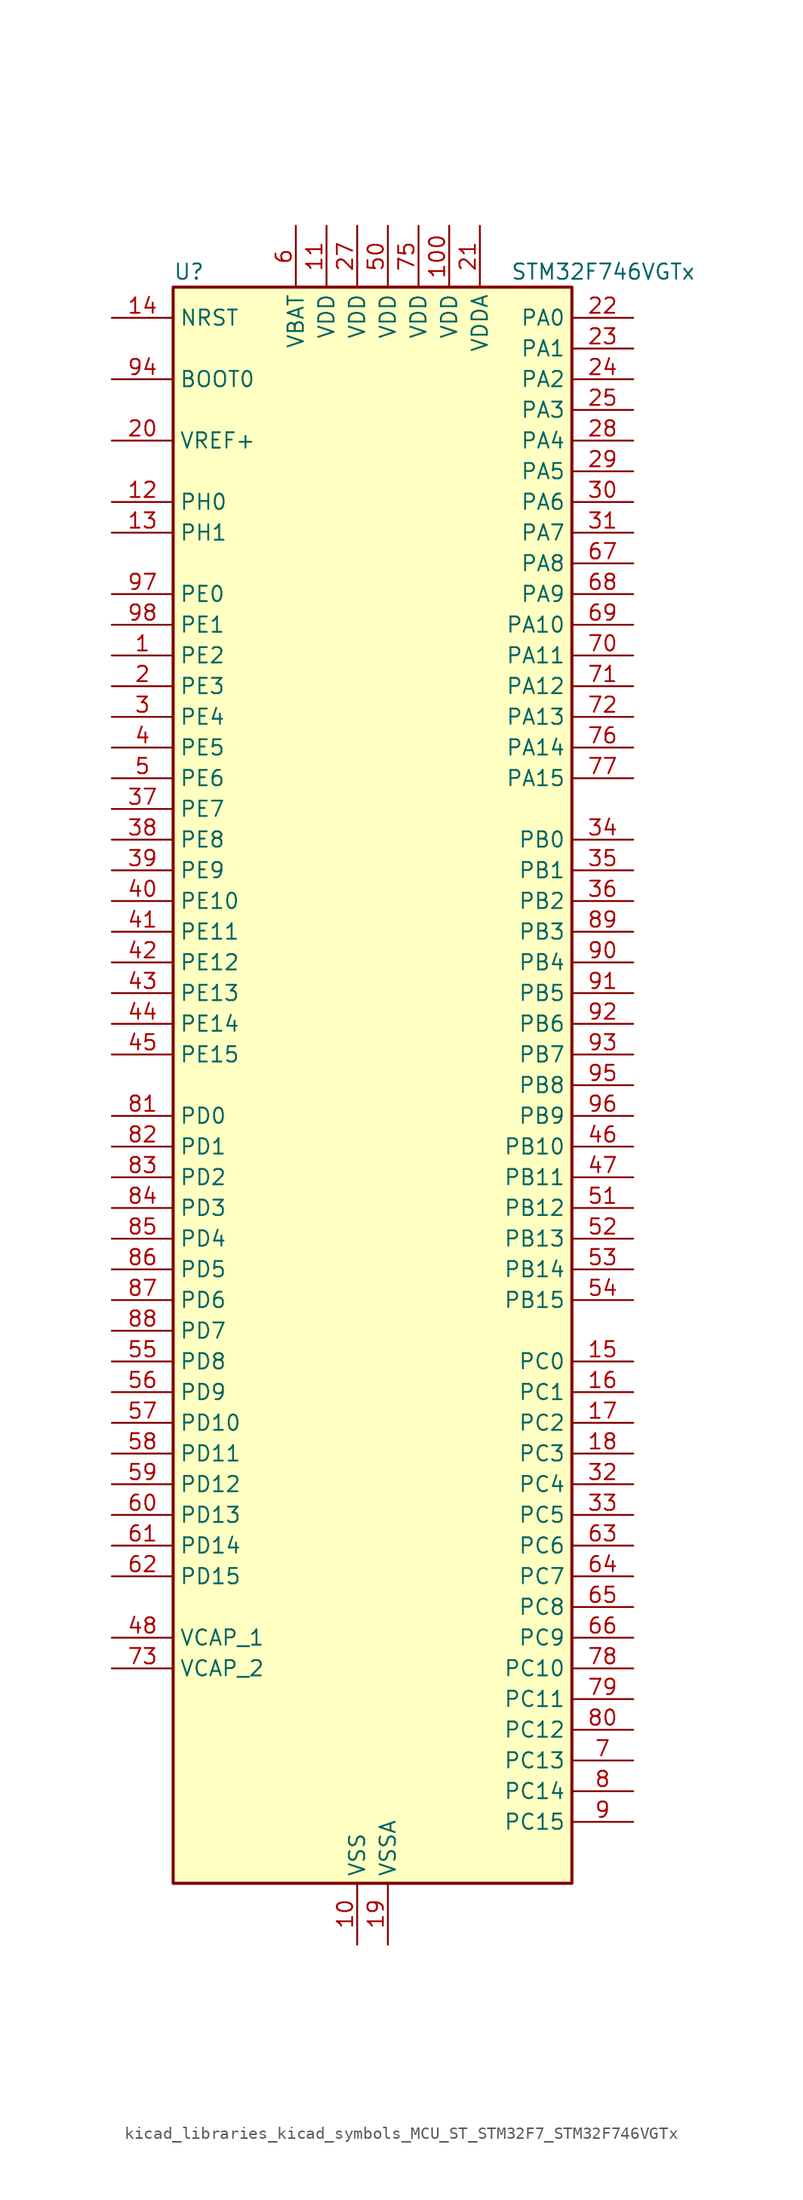
<source format=kicad_sym>
(kicad_symbol_lib
  (version 20220914)
  (generator kicad_symbol_editor)
  (symbol "kicad_libraries_kicad_symbols_MCU_ST_STM32F7_STM32F746VGTx"
    (property "Reference" "U"
      (at -15.24 67.31 0)
      (effects (font (size 1.27 1.27)) (justify left)))
    (property "Value" "STM32F746VGTx"
      (at 12.7 67.31 0)
      (effects (font (size 1.27 1.27)) (justify left)))
    (property "ki_locked" ""
      (at 0 0 0)
      (effects (font (size 1.27 1.27))))
    (symbol "kicad_libraries_kicad_symbols_MCU_ST_STM32F7_STM32F746VGTx_0_1"
      (rectangle (start -15.24 -66.04) (end 17.78 66.04) (stroke (width 0.254) (type default)) (fill (type background))))
    (symbol "kicad_libraries_kicad_symbols_MCU_ST_STM32F7_STM32F746VGTx_1_1"
      (pin bidirectional line (at -20.32 35.56 0) (length 5.08) (name "PE2" (effects (font (size 1.27 1.27)))) (number "1" (effects (font (size 1.27 1.27)))) (alternate "ETH_TXD3" bidirectional line) (alternate "FMC_A23" bidirectional line) (alternate "QUADSPI_BK1_IO2" bidirectional line) (alternate "SAI1_MCLK_A" bidirectional line) (alternate "SPI4_SCK" bidirectional line) (alternate "SYS_TRACECLK" bidirectional line))
      (pin power_in line (at 0 -71.12 90) (length 5.08) (name "VSS" (effects (font (size 1.27 1.27)))) (number "10" (effects (font (size 1.27 1.27)))))
      (pin power_in line (at 7.62 71.12 270) (length 5.08) (name "VDD" (effects (font (size 1.27 1.27)))) (number "100" (effects (font (size 1.27 1.27)))))
      (pin power_in line (at -2.54 71.12 270) (length 5.08) (name "VDD" (effects (font (size 1.27 1.27)))) (number "11" (effects (font (size 1.27 1.27)))))
      (pin bidirectional line (at -20.32 48.26 0) (length 5.08) (name "PH0" (effects (font (size 1.27 1.27)))) (number "12" (effects (font (size 1.27 1.27)))) (alternate "RCC_OSC_IN" bidirectional line))
      (pin bidirectional line (at -20.32 45.72 0) (length 5.08) (name "PH1" (effects (font (size 1.27 1.27)))) (number "13" (effects (font (size 1.27 1.27)))) (alternate "RCC_OSC_OUT" bidirectional line))
      (pin input line (at -20.32 63.5 0) (length 5.08) (name "NRST" (effects (font (size 1.27 1.27)))) (number "14" (effects (font (size 1.27 1.27)))))
      (pin bidirectional line (at 22.86 -22.86 180) (length 5.08) (name "PC0" (effects (font (size 1.27 1.27)))) (number "15" (effects (font (size 1.27 1.27)))) (alternate "ADC1_IN10" bidirectional line) (alternate "ADC2_IN10" bidirectional line) (alternate "ADC3_IN10" bidirectional line) (alternate "FMC_SDNWE" bidirectional line) (alternate "LTDC_R5" bidirectional line) (alternate "SAI2_FS_B" bidirectional line) (alternate "USB_OTG_HS_ULPI_STP" bidirectional line))
      (pin bidirectional line (at 22.86 -25.4 180) (length 5.08) (name "PC1" (effects (font (size 1.27 1.27)))) (number "16" (effects (font (size 1.27 1.27)))) (alternate "ADC1_IN11" bidirectional line) (alternate "ADC2_IN11" bidirectional line) (alternate "ADC3_IN11" bidirectional line) (alternate "ETH_MDC" bidirectional line) (alternate "I2S2_SD" bidirectional line) (alternate "RTC_TAMP3" bidirectional line) (alternate "RTC_TS" bidirectional line) (alternate "SAI1_SD_A" bidirectional line) (alternate "SPI2_MOSI" bidirectional line) (alternate "SYS_TRACED0" bidirectional line) (alternate "SYS_WKUP3" bidirectional line))
      (pin bidirectional line (at 22.86 -27.94 180) (length 5.08) (name "PC2" (effects (font (size 1.27 1.27)))) (number "17" (effects (font (size 1.27 1.27)))) (alternate "ADC1_IN12" bidirectional line) (alternate "ADC2_IN12" bidirectional line) (alternate "ADC3_IN12" bidirectional line) (alternate "ETH_TXD2" bidirectional line) (alternate "FMC_SDNE0" bidirectional line) (alternate "SPI2_MISO" bidirectional line) (alternate "USB_OTG_HS_ULPI_DIR" bidirectional line))
      (pin bidirectional line (at 22.86 -30.48 180) (length 5.08) (name "PC3" (effects (font (size 1.27 1.27)))) (number "18" (effects (font (size 1.27 1.27)))) (alternate "ADC1_IN13" bidirectional line) (alternate "ADC2_IN13" bidirectional line) (alternate "ADC3_IN13" bidirectional line) (alternate "ETH_TX_CLK" bidirectional line) (alternate "FMC_SDCKE0" bidirectional line) (alternate "I2S2_SD" bidirectional line) (alternate "SPI2_MOSI" bidirectional line) (alternate "USB_OTG_HS_ULPI_NXT" bidirectional line))
      (pin power_in line (at 2.54 -71.12 90) (length 5.08) (name "VSSA" (effects (font (size 1.27 1.27)))) (number "19" (effects (font (size 1.27 1.27)))))
      (pin bidirectional line (at -20.32 33.02 0) (length 5.08) (name "PE3" (effects (font (size 1.27 1.27)))) (number "2" (effects (font (size 1.27 1.27)))) (alternate "FMC_A19" bidirectional line) (alternate "SAI1_SD_B" bidirectional line) (alternate "SYS_TRACED0" bidirectional line))
      (pin input line (at -20.32 53.34 0) (length 5.08) (name "VREF+" (effects (font (size 1.27 1.27)))) (number "20" (effects (font (size 1.27 1.27)))))
      (pin power_in line (at 10.16 71.12 270) (length 5.08) (name "VDDA" (effects (font (size 1.27 1.27)))) (number "21" (effects (font (size 1.27 1.27)))))
      (pin bidirectional line (at 22.86 63.5 180) (length 5.08) (name "PA0" (effects (font (size 1.27 1.27)))) (number "22" (effects (font (size 1.27 1.27)))) (alternate "ADC1_IN0" bidirectional line) (alternate "ADC2_IN0" bidirectional line) (alternate "ADC3_IN0" bidirectional line) (alternate "ETH_CRS" bidirectional line) (alternate "SAI2_SD_B" bidirectional line) (alternate "SYS_WKUP1" bidirectional line) (alternate "TIM2_CH1" bidirectional line) (alternate "TIM2_ETR" bidirectional line) (alternate "TIM5_CH1" bidirectional line) (alternate "TIM8_ETR" bidirectional line) (alternate "UART4_TX" bidirectional line) (alternate "USART2_CTS" bidirectional line))
      (pin bidirectional line (at 22.86 60.96 180) (length 5.08) (name "PA1" (effects (font (size 1.27 1.27)))) (number "23" (effects (font (size 1.27 1.27)))) (alternate "ADC1_IN1" bidirectional line) (alternate "ADC2_IN1" bidirectional line) (alternate "ADC3_IN1" bidirectional line) (alternate "ETH_REF_CLK" bidirectional line) (alternate "ETH_RX_CLK" bidirectional line) (alternate "LTDC_R2" bidirectional line) (alternate "QUADSPI_BK1_IO3" bidirectional line) (alternate "SAI2_MCLK_B" bidirectional line) (alternate "TIM2_CH2" bidirectional line) (alternate "TIM5_CH2" bidirectional line) (alternate "UART4_RX" bidirectional line) (alternate "USART2_DE" bidirectional line) (alternate "USART2_RTS" bidirectional line))
      (pin bidirectional line (at 22.86 58.42 180) (length 5.08) (name "PA2" (effects (font (size 1.27 1.27)))) (number "24" (effects (font (size 1.27 1.27)))) (alternate "ADC1_IN2" bidirectional line) (alternate "ADC2_IN2" bidirectional line) (alternate "ADC3_IN2" bidirectional line) (alternate "ETH_MDIO" bidirectional line) (alternate "LTDC_R1" bidirectional line) (alternate "SAI2_SCK_B" bidirectional line) (alternate "SYS_WKUP2" bidirectional line) (alternate "TIM2_CH3" bidirectional line) (alternate "TIM5_CH3" bidirectional line) (alternate "TIM9_CH1" bidirectional line) (alternate "USART2_TX" bidirectional line))
      (pin bidirectional line (at 22.86 55.88 180) (length 5.08) (name "PA3" (effects (font (size 1.27 1.27)))) (number "25" (effects (font (size 1.27 1.27)))) (alternate "ADC1_IN3" bidirectional line) (alternate "ADC2_IN3" bidirectional line) (alternate "ADC3_IN3" bidirectional line) (alternate "ETH_COL" bidirectional line) (alternate "LTDC_B5" bidirectional line) (alternate "TIM2_CH4" bidirectional line) (alternate "TIM5_CH4" bidirectional line) (alternate "TIM9_CH2" bidirectional line) (alternate "USART2_RX" bidirectional line) (alternate "USB_OTG_HS_ULPI_D0" bidirectional line))
      (pin passive line (at 0 -71.12 90) (length 5.08) hide (name "VSS" (effects (font (size 1.27 1.27)))) (number "26" (effects (font (size 1.27 1.27)))))
      (pin power_in line (at 0 71.12 270) (length 5.08) (name "VDD" (effects (font (size 1.27 1.27)))) (number "27" (effects (font (size 1.27 1.27)))))
      (pin bidirectional line (at 22.86 53.34 180) (length 5.08) (name "PA4" (effects (font (size 1.27 1.27)))) (number "28" (effects (font (size 1.27 1.27)))) (alternate "ADC1_IN4" bidirectional line) (alternate "ADC2_IN4" bidirectional line) (alternate "DAC_OUT1" bidirectional line) (alternate "DCMI_HSYNC" bidirectional line) (alternate "I2S1_WS" bidirectional line) (alternate "I2S3_WS" bidirectional line) (alternate "LTDC_VSYNC" bidirectional line) (alternate "SPI1_NSS" bidirectional line) (alternate "SPI3_NSS" bidirectional line) (alternate "USART2_CK" bidirectional line) (alternate "USB_OTG_HS_SOF" bidirectional line))
      (pin bidirectional line (at 22.86 50.8 180) (length 5.08) (name "PA5" (effects (font (size 1.27 1.27)))) (number "29" (effects (font (size 1.27 1.27)))) (alternate "ADC1_IN5" bidirectional line) (alternate "ADC2_IN5" bidirectional line) (alternate "DAC_OUT2" bidirectional line) (alternate "I2S1_CK" bidirectional line) (alternate "LTDC_R4" bidirectional line) (alternate "SPI1_SCK" bidirectional line) (alternate "TIM2_CH1" bidirectional line) (alternate "TIM2_ETR" bidirectional line) (alternate "TIM8_CH1N" bidirectional line) (alternate "USB_OTG_HS_ULPI_CK" bidirectional line))
      (pin bidirectional line (at -20.32 30.48 0) (length 5.08) (name "PE4" (effects (font (size 1.27 1.27)))) (number "3" (effects (font (size 1.27 1.27)))) (alternate "DCMI_D4" bidirectional line) (alternate "FMC_A20" bidirectional line) (alternate "LTDC_B0" bidirectional line) (alternate "SAI1_FS_A" bidirectional line) (alternate "SPI4_NSS" bidirectional line) (alternate "SYS_TRACED1" bidirectional line))
      (pin bidirectional line (at 22.86 48.26 180) (length 5.08) (name "PA6" (effects (font (size 1.27 1.27)))) (number "30" (effects (font (size 1.27 1.27)))) (alternate "ADC1_IN6" bidirectional line) (alternate "ADC2_IN6" bidirectional line) (alternate "DCMI_PIXCLK" bidirectional line) (alternate "LTDC_G2" bidirectional line) (alternate "SPI1_MISO" bidirectional line) (alternate "TIM13_CH1" bidirectional line) (alternate "TIM1_BKIN" bidirectional line) (alternate "TIM3_CH1" bidirectional line) (alternate "TIM8_BKIN" bidirectional line))
      (pin bidirectional line (at 22.86 45.72 180) (length 5.08) (name "PA7" (effects (font (size 1.27 1.27)))) (number "31" (effects (font (size 1.27 1.27)))) (alternate "ADC1_IN7" bidirectional line) (alternate "ADC2_IN7" bidirectional line) (alternate "ETH_CRS_DV" bidirectional line) (alternate "ETH_RX_DV" bidirectional line) (alternate "FMC_SDNWE" bidirectional line) (alternate "I2S1_SD" bidirectional line) (alternate "SPI1_MOSI" bidirectional line) (alternate "TIM14_CH1" bidirectional line) (alternate "TIM1_CH1N" bidirectional line) (alternate "TIM3_CH2" bidirectional line) (alternate "TIM8_CH1N" bidirectional line))
      (pin bidirectional line (at 22.86 -33.02 180) (length 5.08) (name "PC4" (effects (font (size 1.27 1.27)))) (number "32" (effects (font (size 1.27 1.27)))) (alternate "ADC1_IN14" bidirectional line) (alternate "ADC2_IN14" bidirectional line) (alternate "ETH_RXD0" bidirectional line) (alternate "FMC_SDNE0" bidirectional line) (alternate "I2S1_MCK" bidirectional line) (alternate "SPDIFRX_IN2" bidirectional line))
      (pin bidirectional line (at 22.86 -35.56 180) (length 5.08) (name "PC5" (effects (font (size 1.27 1.27)))) (number "33" (effects (font (size 1.27 1.27)))) (alternate "ADC1_IN15" bidirectional line) (alternate "ADC2_IN15" bidirectional line) (alternate "ETH_RXD1" bidirectional line) (alternate "FMC_SDCKE0" bidirectional line) (alternate "SPDIFRX_IN3" bidirectional line))
      (pin bidirectional line (at 22.86 20.32 180) (length 5.08) (name "PB0" (effects (font (size 1.27 1.27)))) (number "34" (effects (font (size 1.27 1.27)))) (alternate "ADC1_IN8" bidirectional line) (alternate "ADC2_IN8" bidirectional line) (alternate "ETH_RXD2" bidirectional line) (alternate "LTDC_R3" bidirectional line) (alternate "TIM1_CH2N" bidirectional line) (alternate "TIM3_CH3" bidirectional line) (alternate "TIM8_CH2N" bidirectional line) (alternate "UART4_CTS" bidirectional line) (alternate "USB_OTG_HS_ULPI_D1" bidirectional line))
      (pin bidirectional line (at 22.86 17.78 180) (length 5.08) (name "PB1" (effects (font (size 1.27 1.27)))) (number "35" (effects (font (size 1.27 1.27)))) (alternate "ADC1_IN9" bidirectional line) (alternate "ADC2_IN9" bidirectional line) (alternate "ETH_RXD3" bidirectional line) (alternate "LTDC_R6" bidirectional line) (alternate "TIM1_CH3N" bidirectional line) (alternate "TIM3_CH4" bidirectional line) (alternate "TIM8_CH3N" bidirectional line) (alternate "USB_OTG_HS_ULPI_D2" bidirectional line))
      (pin bidirectional line (at 22.86 15.24 180) (length 5.08) (name "PB2" (effects (font (size 1.27 1.27)))) (number "36" (effects (font (size 1.27 1.27)))) (alternate "I2S3_SD" bidirectional line) (alternate "QUADSPI_CLK" bidirectional line) (alternate "SAI1_SD_A" bidirectional line) (alternate "SPI3_MOSI" bidirectional line))
      (pin bidirectional line (at -20.32 22.86 0) (length 5.08) (name "PE7" (effects (font (size 1.27 1.27)))) (number "37" (effects (font (size 1.27 1.27)))) (alternate "FMC_D4" bidirectional line) (alternate "FMC_DA4" bidirectional line) (alternate "QUADSPI_BK2_IO0" bidirectional line) (alternate "TIM1_ETR" bidirectional line) (alternate "UART7_RX" bidirectional line))
      (pin bidirectional line (at -20.32 20.32 0) (length 5.08) (name "PE8" (effects (font (size 1.27 1.27)))) (number "38" (effects (font (size 1.27 1.27)))) (alternate "FMC_D5" bidirectional line) (alternate "FMC_DA5" bidirectional line) (alternate "QUADSPI_BK2_IO1" bidirectional line) (alternate "TIM1_CH1N" bidirectional line) (alternate "UART7_TX" bidirectional line))
      (pin bidirectional line (at -20.32 17.78 0) (length 5.08) (name "PE9" (effects (font (size 1.27 1.27)))) (number "39" (effects (font (size 1.27 1.27)))) (alternate "DAC_EXTI9" bidirectional line) (alternate "FMC_D6" bidirectional line) (alternate "FMC_DA6" bidirectional line) (alternate "QUADSPI_BK2_IO2" bidirectional line) (alternate "TIM1_CH1" bidirectional line) (alternate "UART7_DE" bidirectional line) (alternate "UART7_RTS" bidirectional line))
      (pin bidirectional line (at -20.32 27.94 0) (length 5.08) (name "PE5" (effects (font (size 1.27 1.27)))) (number "4" (effects (font (size 1.27 1.27)))) (alternate "DCMI_D6" bidirectional line) (alternate "FMC_A21" bidirectional line) (alternate "LTDC_G0" bidirectional line) (alternate "SAI1_SCK_A" bidirectional line) (alternate "SPI4_MISO" bidirectional line) (alternate "SYS_TRACED2" bidirectional line) (alternate "TIM9_CH1" bidirectional line))
      (pin bidirectional line (at -20.32 15.24 0) (length 5.08) (name "PE10" (effects (font (size 1.27 1.27)))) (number "40" (effects (font (size 1.27 1.27)))) (alternate "FMC_D7" bidirectional line) (alternate "FMC_DA7" bidirectional line) (alternate "QUADSPI_BK2_IO3" bidirectional line) (alternate "TIM1_CH2N" bidirectional line) (alternate "UART7_CTS" bidirectional line))
      (pin bidirectional line (at -20.32 12.7 0) (length 5.08) (name "PE11" (effects (font (size 1.27 1.27)))) (number "41" (effects (font (size 1.27 1.27)))) (alternate "ADC1_EXTI11" bidirectional line) (alternate "ADC2_EXTI11" bidirectional line) (alternate "ADC3_EXTI11" bidirectional line) (alternate "FMC_D8" bidirectional line) (alternate "FMC_DA8" bidirectional line) (alternate "LTDC_G3" bidirectional line) (alternate "SAI2_SD_B" bidirectional line) (alternate "SPI4_NSS" bidirectional line) (alternate "TIM1_CH2" bidirectional line))
      (pin bidirectional line (at -20.32 10.16 0) (length 5.08) (name "PE12" (effects (font (size 1.27 1.27)))) (number "42" (effects (font (size 1.27 1.27)))) (alternate "FMC_D9" bidirectional line) (alternate "FMC_DA9" bidirectional line) (alternate "LTDC_B4" bidirectional line) (alternate "SAI2_SCK_B" bidirectional line) (alternate "SPI4_SCK" bidirectional line) (alternate "TIM1_CH3N" bidirectional line))
      (pin bidirectional line (at -20.32 7.62 0) (length 5.08) (name "PE13" (effects (font (size 1.27 1.27)))) (number "43" (effects (font (size 1.27 1.27)))) (alternate "FMC_D10" bidirectional line) (alternate "FMC_DA10" bidirectional line) (alternate "LTDC_DE" bidirectional line) (alternate "SAI2_FS_B" bidirectional line) (alternate "SPI4_MISO" bidirectional line) (alternate "TIM1_CH3" bidirectional line))
      (pin bidirectional line (at -20.32 5.08 0) (length 5.08) (name "PE14" (effects (font (size 1.27 1.27)))) (number "44" (effects (font (size 1.27 1.27)))) (alternate "FMC_D11" bidirectional line) (alternate "FMC_DA11" bidirectional line) (alternate "LTDC_CLK" bidirectional line) (alternate "SAI2_MCLK_B" bidirectional line) (alternate "SPI4_MOSI" bidirectional line) (alternate "TIM1_CH4" bidirectional line))
      (pin bidirectional line (at -20.32 2.54 0) (length 5.08) (name "PE15" (effects (font (size 1.27 1.27)))) (number "45" (effects (font (size 1.27 1.27)))) (alternate "FMC_D12" bidirectional line) (alternate "FMC_DA12" bidirectional line) (alternate "LTDC_R7" bidirectional line) (alternate "TIM1_BKIN" bidirectional line))
      (pin bidirectional line (at 22.86 -5.08 180) (length 5.08) (name "PB10" (effects (font (size 1.27 1.27)))) (number "46" (effects (font (size 1.27 1.27)))) (alternate "ETH_RX_ER" bidirectional line) (alternate "I2C2_SCL" bidirectional line) (alternate "I2S2_CK" bidirectional line) (alternate "LTDC_G4" bidirectional line) (alternate "SPI2_SCK" bidirectional line) (alternate "TIM2_CH3" bidirectional line) (alternate "USART3_TX" bidirectional line) (alternate "USB_OTG_HS_ULPI_D3" bidirectional line))
      (pin bidirectional line (at 22.86 -7.62 180) (length 5.08) (name "PB11" (effects (font (size 1.27 1.27)))) (number "47" (effects (font (size 1.27 1.27)))) (alternate "ADC1_EXTI11" bidirectional line) (alternate "ADC2_EXTI11" bidirectional line) (alternate "ADC3_EXTI11" bidirectional line) (alternate "ETH_TX_EN" bidirectional line) (alternate "I2C2_SDA" bidirectional line) (alternate "LTDC_G5" bidirectional line) (alternate "TIM2_CH4" bidirectional line) (alternate "USART3_RX" bidirectional line) (alternate "USB_OTG_HS_ULPI_D4" bidirectional line))
      (pin power_out line (at -20.32 -45.72 0) (length 5.08) (name "VCAP_1" (effects (font (size 1.27 1.27)))) (number "48" (effects (font (size 1.27 1.27)))))
      (pin passive line (at 0 -71.12 90) (length 5.08) hide (name "VSS" (effects (font (size 1.27 1.27)))) (number "49" (effects (font (size 1.27 1.27)))))
      (pin bidirectional line (at -20.32 25.4 0) (length 5.08) (name "PE6" (effects (font (size 1.27 1.27)))) (number "5" (effects (font (size 1.27 1.27)))) (alternate "DCMI_D7" bidirectional line) (alternate "FMC_A22" bidirectional line) (alternate "LTDC_G1" bidirectional line) (alternate "SAI1_SD_A" bidirectional line) (alternate "SAI2_MCLK_B" bidirectional line) (alternate "SPI4_MOSI" bidirectional line) (alternate "SYS_TRACED3" bidirectional line) (alternate "TIM1_BKIN2" bidirectional line) (alternate "TIM9_CH2" bidirectional line))
      (pin power_in line (at 2.54 71.12 270) (length 5.08) (name "VDD" (effects (font (size 1.27 1.27)))) (number "50" (effects (font (size 1.27 1.27)))))
      (pin bidirectional line (at 22.86 -10.16 180) (length 5.08) (name "PB12" (effects (font (size 1.27 1.27)))) (number "51" (effects (font (size 1.27 1.27)))) (alternate "CAN2_RX" bidirectional line) (alternate "ETH_TXD0" bidirectional line) (alternate "I2C2_SMBA" bidirectional line) (alternate "I2S2_WS" bidirectional line) (alternate "SPI2_NSS" bidirectional line) (alternate "TIM1_BKIN" bidirectional line) (alternate "USART3_CK" bidirectional line) (alternate "USB_OTG_HS_ID" bidirectional line) (alternate "USB_OTG_HS_ULPI_D5" bidirectional line))
      (pin bidirectional line (at 22.86 -12.7 180) (length 5.08) (name "PB13" (effects (font (size 1.27 1.27)))) (number "52" (effects (font (size 1.27 1.27)))) (alternate "CAN2_TX" bidirectional line) (alternate "ETH_TXD1" bidirectional line) (alternate "I2S2_CK" bidirectional line) (alternate "SPI2_SCK" bidirectional line) (alternate "TIM1_CH1N" bidirectional line) (alternate "USART3_CTS" bidirectional line) (alternate "USB_OTG_HS_ULPI_D6" bidirectional line) (alternate "USB_OTG_HS_VBUS" bidirectional line))
      (pin bidirectional line (at 22.86 -15.24 180) (length 5.08) (name "PB14" (effects (font (size 1.27 1.27)))) (number "53" (effects (font (size 1.27 1.27)))) (alternate "SPI2_MISO" bidirectional line) (alternate "TIM12_CH1" bidirectional line) (alternate "TIM1_CH2N" bidirectional line) (alternate "TIM8_CH2N" bidirectional line) (alternate "USART3_DE" bidirectional line) (alternate "USART3_RTS" bidirectional line) (alternate "USB_OTG_HS_DM" bidirectional line))
      (pin bidirectional line (at 22.86 -17.78 180) (length 5.08) (name "PB15" (effects (font (size 1.27 1.27)))) (number "54" (effects (font (size 1.27 1.27)))) (alternate "I2S2_SD" bidirectional line) (alternate "RTC_REFIN" bidirectional line) (alternate "SPI2_MOSI" bidirectional line) (alternate "TIM12_CH2" bidirectional line) (alternate "TIM1_CH3N" bidirectional line) (alternate "TIM8_CH3N" bidirectional line) (alternate "USB_OTG_HS_DP" bidirectional line))
      (pin bidirectional line (at -20.32 -22.86 0) (length 5.08) (name "PD8" (effects (font (size 1.27 1.27)))) (number "55" (effects (font (size 1.27 1.27)))) (alternate "FMC_D13" bidirectional line) (alternate "FMC_DA13" bidirectional line) (alternate "SPDIFRX_IN1" bidirectional line) (alternate "USART3_TX" bidirectional line))
      (pin bidirectional line (at -20.32 -25.4 0) (length 5.08) (name "PD9" (effects (font (size 1.27 1.27)))) (number "56" (effects (font (size 1.27 1.27)))) (alternate "DAC_EXTI9" bidirectional line) (alternate "FMC_D14" bidirectional line) (alternate "FMC_DA14" bidirectional line) (alternate "USART3_RX" bidirectional line))
      (pin bidirectional line (at -20.32 -27.94 0) (length 5.08) (name "PD10" (effects (font (size 1.27 1.27)))) (number "57" (effects (font (size 1.27 1.27)))) (alternate "FMC_D15" bidirectional line) (alternate "FMC_DA15" bidirectional line) (alternate "LTDC_B3" bidirectional line) (alternate "USART3_CK" bidirectional line))
      (pin bidirectional line (at -20.32 -30.48 0) (length 5.08) (name "PD11" (effects (font (size 1.27 1.27)))) (number "58" (effects (font (size 1.27 1.27)))) (alternate "ADC1_EXTI11" bidirectional line) (alternate "ADC2_EXTI11" bidirectional line) (alternate "ADC3_EXTI11" bidirectional line) (alternate "FMC_A16" bidirectional line) (alternate "FMC_CLE" bidirectional line) (alternate "I2C4_SMBA" bidirectional line) (alternate "QUADSPI_BK1_IO0" bidirectional line) (alternate "SAI2_SD_A" bidirectional line) (alternate "USART3_CTS" bidirectional line))
      (pin bidirectional line (at -20.32 -33.02 0) (length 5.08) (name "PD12" (effects (font (size 1.27 1.27)))) (number "59" (effects (font (size 1.27 1.27)))) (alternate "FMC_A17" bidirectional line) (alternate "FMC_ALE" bidirectional line) (alternate "I2C4_SCL" bidirectional line) (alternate "LPTIM1_IN1" bidirectional line) (alternate "QUADSPI_BK1_IO1" bidirectional line) (alternate "SAI2_FS_A" bidirectional line) (alternate "TIM4_CH1" bidirectional line) (alternate "USART3_DE" bidirectional line) (alternate "USART3_RTS" bidirectional line))
      (pin power_in line (at -5.08 71.12 270) (length 5.08) (name "VBAT" (effects (font (size 1.27 1.27)))) (number "6" (effects (font (size 1.27 1.27)))))
      (pin bidirectional line (at -20.32 -35.56 0) (length 5.08) (name "PD13" (effects (font (size 1.27 1.27)))) (number "60" (effects (font (size 1.27 1.27)))) (alternate "FMC_A18" bidirectional line) (alternate "I2C4_SDA" bidirectional line) (alternate "LPTIM1_OUT" bidirectional line) (alternate "QUADSPI_BK1_IO3" bidirectional line) (alternate "SAI2_SCK_A" bidirectional line) (alternate "TIM4_CH2" bidirectional line))
      (pin bidirectional line (at -20.32 -38.1 0) (length 5.08) (name "PD14" (effects (font (size 1.27 1.27)))) (number "61" (effects (font (size 1.27 1.27)))) (alternate "FMC_D0" bidirectional line) (alternate "FMC_DA0" bidirectional line) (alternate "TIM4_CH3" bidirectional line) (alternate "UART8_CTS" bidirectional line))
      (pin bidirectional line (at -20.32 -40.64 0) (length 5.08) (name "PD15" (effects (font (size 1.27 1.27)))) (number "62" (effects (font (size 1.27 1.27)))) (alternate "FMC_D1" bidirectional line) (alternate "FMC_DA1" bidirectional line) (alternate "TIM4_CH4" bidirectional line) (alternate "UART8_DE" bidirectional line) (alternate "UART8_RTS" bidirectional line))
      (pin bidirectional line (at 22.86 -38.1 180) (length 5.08) (name "PC6" (effects (font (size 1.27 1.27)))) (number "63" (effects (font (size 1.27 1.27)))) (alternate "DCMI_D0" bidirectional line) (alternate "I2S2_MCK" bidirectional line) (alternate "LTDC_HSYNC" bidirectional line) (alternate "SDMMC1_D6" bidirectional line) (alternate "TIM3_CH1" bidirectional line) (alternate "TIM8_CH1" bidirectional line) (alternate "USART6_TX" bidirectional line))
      (pin bidirectional line (at 22.86 -40.64 180) (length 5.08) (name "PC7" (effects (font (size 1.27 1.27)))) (number "64" (effects (font (size 1.27 1.27)))) (alternate "DCMI_D1" bidirectional line) (alternate "I2S3_MCK" bidirectional line) (alternate "LTDC_G6" bidirectional line) (alternate "SDMMC1_D7" bidirectional line) (alternate "TIM3_CH2" bidirectional line) (alternate "TIM8_CH2" bidirectional line) (alternate "USART6_RX" bidirectional line))
      (pin bidirectional line (at 22.86 -43.18 180) (length 5.08) (name "PC8" (effects (font (size 1.27 1.27)))) (number "65" (effects (font (size 1.27 1.27)))) (alternate "DCMI_D2" bidirectional line) (alternate "SDMMC1_D0" bidirectional line) (alternate "SYS_TRACED1" bidirectional line) (alternate "TIM3_CH3" bidirectional line) (alternate "TIM8_CH3" bidirectional line) (alternate "UART5_DE" bidirectional line) (alternate "UART5_RTS" bidirectional line) (alternate "USART6_CK" bidirectional line))
      (pin bidirectional line (at 22.86 -45.72 180) (length 5.08) (name "PC9" (effects (font (size 1.27 1.27)))) (number "66" (effects (font (size 1.27 1.27)))) (alternate "DAC_EXTI9" bidirectional line) (alternate "DCMI_D3" bidirectional line) (alternate "I2C3_SDA" bidirectional line) (alternate "I2S_CKIN" bidirectional line) (alternate "QUADSPI_BK1_IO0" bidirectional line) (alternate "RCC_MCO_2" bidirectional line) (alternate "SDMMC1_D1" bidirectional line) (alternate "TIM3_CH4" bidirectional line) (alternate "TIM8_CH4" bidirectional line) (alternate "UART5_CTS" bidirectional line))
      (pin bidirectional line (at 22.86 43.18 180) (length 5.08) (name "PA8" (effects (font (size 1.27 1.27)))) (number "67" (effects (font (size 1.27 1.27)))) (alternate "I2C3_SCL" bidirectional line) (alternate "LTDC_R6" bidirectional line) (alternate "RCC_MCO_1" bidirectional line) (alternate "TIM1_CH1" bidirectional line) (alternate "TIM8_BKIN2" bidirectional line) (alternate "USART1_CK" bidirectional line) (alternate "USB_OTG_FS_SOF" bidirectional line))
      (pin bidirectional line (at 22.86 40.64 180) (length 5.08) (name "PA9" (effects (font (size 1.27 1.27)))) (number "68" (effects (font (size 1.27 1.27)))) (alternate "DAC_EXTI9" bidirectional line) (alternate "DCMI_D0" bidirectional line) (alternate "I2C3_SMBA" bidirectional line) (alternate "I2S2_CK" bidirectional line) (alternate "SPI2_SCK" bidirectional line) (alternate "TIM1_CH2" bidirectional line) (alternate "USART1_TX" bidirectional line) (alternate "USB_OTG_FS_VBUS" bidirectional line))
      (pin bidirectional line (at 22.86 38.1 180) (length 5.08) (name "PA10" (effects (font (size 1.27 1.27)))) (number "69" (effects (font (size 1.27 1.27)))) (alternate "DCMI_D1" bidirectional line) (alternate "TIM1_CH3" bidirectional line) (alternate "USART1_RX" bidirectional line) (alternate "USB_OTG_FS_ID" bidirectional line))
      (pin bidirectional line (at 22.86 -55.88 180) (length 5.08) (name "PC13" (effects (font (size 1.27 1.27)))) (number "7" (effects (font (size 1.27 1.27)))) (alternate "RTC_OUT" bidirectional line) (alternate "RTC_TAMP1" bidirectional line) (alternate "RTC_TS" bidirectional line) (alternate "SYS_WKUP4" bidirectional line))
      (pin bidirectional line (at 22.86 35.56 180) (length 5.08) (name "PA11" (effects (font (size 1.27 1.27)))) (number "70" (effects (font (size 1.27 1.27)))) (alternate "ADC1_EXTI11" bidirectional line) (alternate "ADC2_EXTI11" bidirectional line) (alternate "ADC3_EXTI11" bidirectional line) (alternate "CAN1_RX" bidirectional line) (alternate "LTDC_R4" bidirectional line) (alternate "TIM1_CH4" bidirectional line) (alternate "USART1_CTS" bidirectional line) (alternate "USB_OTG_FS_DM" bidirectional line))
      (pin bidirectional line (at 22.86 33.02 180) (length 5.08) (name "PA12" (effects (font (size 1.27 1.27)))) (number "71" (effects (font (size 1.27 1.27)))) (alternate "CAN1_TX" bidirectional line) (alternate "LTDC_R5" bidirectional line) (alternate "SAI2_FS_B" bidirectional line) (alternate "TIM1_ETR" bidirectional line) (alternate "USART1_DE" bidirectional line) (alternate "USART1_RTS" bidirectional line) (alternate "USB_OTG_FS_DP" bidirectional line))
      (pin bidirectional line (at 22.86 30.48 180) (length 5.08) (name "PA13" (effects (font (size 1.27 1.27)))) (number "72" (effects (font (size 1.27 1.27)))) (alternate "SYS_JTMS-SWDIO" bidirectional line))
      (pin power_out line (at -20.32 -48.26 0) (length 5.08) (name "VCAP_2" (effects (font (size 1.27 1.27)))) (number "73" (effects (font (size 1.27 1.27)))))
      (pin passive line (at 0 -71.12 90) (length 5.08) hide (name "VSS" (effects (font (size 1.27 1.27)))) (number "74" (effects (font (size 1.27 1.27)))))
      (pin power_in line (at 5.08 71.12 270) (length 5.08) (name "VDD" (effects (font (size 1.27 1.27)))) (number "75" (effects (font (size 1.27 1.27)))))
      (pin bidirectional line (at 22.86 27.94 180) (length 5.08) (name "PA14" (effects (font (size 1.27 1.27)))) (number "76" (effects (font (size 1.27 1.27)))) (alternate "SYS_JTCK-SWCLK" bidirectional line))
      (pin bidirectional line (at 22.86 25.4 180) (length 5.08) (name "PA15" (effects (font (size 1.27 1.27)))) (number "77" (effects (font (size 1.27 1.27)))) (alternate "CEC" bidirectional line) (alternate "I2S1_WS" bidirectional line) (alternate "I2S3_WS" bidirectional line) (alternate "SPI1_NSS" bidirectional line) (alternate "SPI3_NSS" bidirectional line) (alternate "SYS_JTDI" bidirectional line) (alternate "TIM2_CH1" bidirectional line) (alternate "TIM2_ETR" bidirectional line) (alternate "UART4_DE" bidirectional line) (alternate "UART4_RTS" bidirectional line))
      (pin bidirectional line (at 22.86 -48.26 180) (length 5.08) (name "PC10" (effects (font (size 1.27 1.27)))) (number "78" (effects (font (size 1.27 1.27)))) (alternate "DCMI_D8" bidirectional line) (alternate "I2S3_CK" bidirectional line) (alternate "LTDC_R2" bidirectional line) (alternate "QUADSPI_BK1_IO1" bidirectional line) (alternate "SDMMC1_D2" bidirectional line) (alternate "SPI3_SCK" bidirectional line) (alternate "UART4_TX" bidirectional line) (alternate "USART3_TX" bidirectional line))
      (pin bidirectional line (at 22.86 -50.8 180) (length 5.08) (name "PC11" (effects (font (size 1.27 1.27)))) (number "79" (effects (font (size 1.27 1.27)))) (alternate "ADC1_EXTI11" bidirectional line) (alternate "ADC2_EXTI11" bidirectional line) (alternate "ADC3_EXTI11" bidirectional line) (alternate "DCMI_D4" bidirectional line) (alternate "QUADSPI_BK2_NCS" bidirectional line) (alternate "SDMMC1_D3" bidirectional line) (alternate "SPI3_MISO" bidirectional line) (alternate "UART4_RX" bidirectional line) (alternate "USART3_RX" bidirectional line))
      (pin bidirectional line (at 22.86 -58.42 180) (length 5.08) (name "PC14" (effects (font (size 1.27 1.27)))) (number "8" (effects (font (size 1.27 1.27)))) (alternate "RCC_OSC32_IN" bidirectional line))
      (pin bidirectional line (at 22.86 -53.34 180) (length 5.08) (name "PC12" (effects (font (size 1.27 1.27)))) (number "80" (effects (font (size 1.27 1.27)))) (alternate "DCMI_D9" bidirectional line) (alternate "I2S3_SD" bidirectional line) (alternate "SDMMC1_CK" bidirectional line) (alternate "SPI3_MOSI" bidirectional line) (alternate "SYS_TRACED3" bidirectional line) (alternate "UART5_TX" bidirectional line) (alternate "USART3_CK" bidirectional line))
      (pin bidirectional line (at -20.32 -2.54 0) (length 5.08) (name "PD0" (effects (font (size 1.27 1.27)))) (number "81" (effects (font (size 1.27 1.27)))) (alternate "CAN1_RX" bidirectional line) (alternate "FMC_D2" bidirectional line) (alternate "FMC_DA2" bidirectional line))
      (pin bidirectional line (at -20.32 -5.08 0) (length 5.08) (name "PD1" (effects (font (size 1.27 1.27)))) (number "82" (effects (font (size 1.27 1.27)))) (alternate "CAN1_TX" bidirectional line) (alternate "FMC_D3" bidirectional line) (alternate "FMC_DA3" bidirectional line))
      (pin bidirectional line (at -20.32 -7.62 0) (length 5.08) (name "PD2" (effects (font (size 1.27 1.27)))) (number "83" (effects (font (size 1.27 1.27)))) (alternate "DCMI_D11" bidirectional line) (alternate "SDMMC1_CMD" bidirectional line) (alternate "SYS_TRACED2" bidirectional line) (alternate "TIM3_ETR" bidirectional line) (alternate "UART5_RX" bidirectional line))
      (pin bidirectional line (at -20.32 -10.16 0) (length 5.08) (name "PD3" (effects (font (size 1.27 1.27)))) (number "84" (effects (font (size 1.27 1.27)))) (alternate "DCMI_D5" bidirectional line) (alternate "FMC_CLK" bidirectional line) (alternate "I2S2_CK" bidirectional line) (alternate "LTDC_G7" bidirectional line) (alternate "SPI2_SCK" bidirectional line) (alternate "USART2_CTS" bidirectional line))
      (pin bidirectional line (at -20.32 -12.7 0) (length 5.08) (name "PD4" (effects (font (size 1.27 1.27)))) (number "85" (effects (font (size 1.27 1.27)))) (alternate "FMC_NOE" bidirectional line) (alternate "USART2_DE" bidirectional line) (alternate "USART2_RTS" bidirectional line))
      (pin bidirectional line (at -20.32 -15.24 0) (length 5.08) (name "PD5" (effects (font (size 1.27 1.27)))) (number "86" (effects (font (size 1.27 1.27)))) (alternate "FMC_NWE" bidirectional line) (alternate "USART2_TX" bidirectional line))
      (pin bidirectional line (at -20.32 -17.78 0) (length 5.08) (name "PD6" (effects (font (size 1.27 1.27)))) (number "87" (effects (font (size 1.27 1.27)))) (alternate "DCMI_D10" bidirectional line) (alternate "FMC_NWAIT" bidirectional line) (alternate "I2S3_SD" bidirectional line) (alternate "LTDC_B2" bidirectional line) (alternate "SAI1_SD_A" bidirectional line) (alternate "SPI3_MOSI" bidirectional line) (alternate "USART2_RX" bidirectional line))
      (pin bidirectional line (at -20.32 -20.32 0) (length 5.08) (name "PD7" (effects (font (size 1.27 1.27)))) (number "88" (effects (font (size 1.27 1.27)))) (alternate "FMC_NE1" bidirectional line) (alternate "SPDIFRX_IN0" bidirectional line) (alternate "USART2_CK" bidirectional line))
      (pin bidirectional line (at 22.86 12.7 180) (length 5.08) (name "PB3" (effects (font (size 1.27 1.27)))) (number "89" (effects (font (size 1.27 1.27)))) (alternate "I2S1_CK" bidirectional line) (alternate "I2S3_CK" bidirectional line) (alternate "SPI1_SCK" bidirectional line) (alternate "SPI3_SCK" bidirectional line) (alternate "SYS_JTDO-SWO" bidirectional line) (alternate "TIM2_CH2" bidirectional line))
      (pin bidirectional line (at 22.86 -60.96 180) (length 5.08) (name "PC15" (effects (font (size 1.27 1.27)))) (number "9" (effects (font (size 1.27 1.27)))) (alternate "RCC_OSC32_OUT" bidirectional line))
      (pin bidirectional line (at 22.86 10.16 180) (length 5.08) (name "PB4" (effects (font (size 1.27 1.27)))) (number "90" (effects (font (size 1.27 1.27)))) (alternate "I2S2_WS" bidirectional line) (alternate "SPI1_MISO" bidirectional line) (alternate "SPI2_NSS" bidirectional line) (alternate "SPI3_MISO" bidirectional line) (alternate "SYS_JTRST" bidirectional line) (alternate "TIM3_CH1" bidirectional line))
      (pin bidirectional line (at 22.86 7.62 180) (length 5.08) (name "PB5" (effects (font (size 1.27 1.27)))) (number "91" (effects (font (size 1.27 1.27)))) (alternate "CAN2_RX" bidirectional line) (alternate "DCMI_D10" bidirectional line) (alternate "ETH_PPS_OUT" bidirectional line) (alternate "FMC_SDCKE1" bidirectional line) (alternate "I2C1_SMBA" bidirectional line) (alternate "I2S1_SD" bidirectional line) (alternate "I2S3_SD" bidirectional line) (alternate "SPI1_MOSI" bidirectional line) (alternate "SPI3_MOSI" bidirectional line) (alternate "TIM3_CH2" bidirectional line) (alternate "USB_OTG_HS_ULPI_D7" bidirectional line))
      (pin bidirectional line (at 22.86 5.08 180) (length 5.08) (name "PB6" (effects (font (size 1.27 1.27)))) (number "92" (effects (font (size 1.27 1.27)))) (alternate "CAN2_TX" bidirectional line) (alternate "CEC" bidirectional line) (alternate "DCMI_D5" bidirectional line) (alternate "FMC_SDNE1" bidirectional line) (alternate "I2C1_SCL" bidirectional line) (alternate "QUADSPI_BK1_NCS" bidirectional line) (alternate "TIM4_CH1" bidirectional line) (alternate "USART1_TX" bidirectional line))
      (pin bidirectional line (at 22.86 2.54 180) (length 5.08) (name "PB7" (effects (font (size 1.27 1.27)))) (number "93" (effects (font (size 1.27 1.27)))) (alternate "DCMI_VSYNC" bidirectional line) (alternate "FMC_NL" bidirectional line) (alternate "I2C1_SDA" bidirectional line) (alternate "TIM4_CH2" bidirectional line) (alternate "USART1_RX" bidirectional line))
      (pin input line (at -20.32 58.42 0) (length 5.08) (name "BOOT0" (effects (font (size 1.27 1.27)))) (number "94" (effects (font (size 1.27 1.27)))))
      (pin bidirectional line (at 22.86 0 180) (length 5.08) (name "PB8" (effects (font (size 1.27 1.27)))) (number "95" (effects (font (size 1.27 1.27)))) (alternate "CAN1_RX" bidirectional line) (alternate "DCMI_D6" bidirectional line) (alternate "ETH_TXD3" bidirectional line) (alternate "I2C1_SCL" bidirectional line) (alternate "LTDC_B6" bidirectional line) (alternate "SDMMC1_D4" bidirectional line) (alternate "TIM10_CH1" bidirectional line) (alternate "TIM4_CH3" bidirectional line))
      (pin bidirectional line (at 22.86 -2.54 180) (length 5.08) (name "PB9" (effects (font (size 1.27 1.27)))) (number "96" (effects (font (size 1.27 1.27)))) (alternate "CAN1_TX" bidirectional line) (alternate "DAC_EXTI9" bidirectional line) (alternate "DCMI_D7" bidirectional line) (alternate "I2C1_SDA" bidirectional line) (alternate "I2S2_WS" bidirectional line) (alternate "LTDC_B7" bidirectional line) (alternate "SDMMC1_D5" bidirectional line) (alternate "SPI2_NSS" bidirectional line) (alternate "TIM11_CH1" bidirectional line) (alternate "TIM4_CH4" bidirectional line))
      (pin bidirectional line (at -20.32 40.64 0) (length 5.08) (name "PE0" (effects (font (size 1.27 1.27)))) (number "97" (effects (font (size 1.27 1.27)))) (alternate "DCMI_D2" bidirectional line) (alternate "FMC_NBL0" bidirectional line) (alternate "LPTIM1_ETR" bidirectional line) (alternate "SAI2_MCLK_A" bidirectional line) (alternate "TIM4_ETR" bidirectional line) (alternate "UART8_RX" bidirectional line))
      (pin bidirectional line (at -20.32 38.1 0) (length 5.08) (name "PE1" (effects (font (size 1.27 1.27)))) (number "98" (effects (font (size 1.27 1.27)))) (alternate "DCMI_D3" bidirectional line) (alternate "FMC_NBL1" bidirectional line) (alternate "LPTIM1_IN2" bidirectional line) (alternate "UART8_TX" bidirectional line))
      (pin passive line (at 0 -71.12 90) (length 5.08) hide (name "VSS" (effects (font (size 1.27 1.27)))) (number "99" (effects (font (size 1.27 1.27))))))))
</source>
